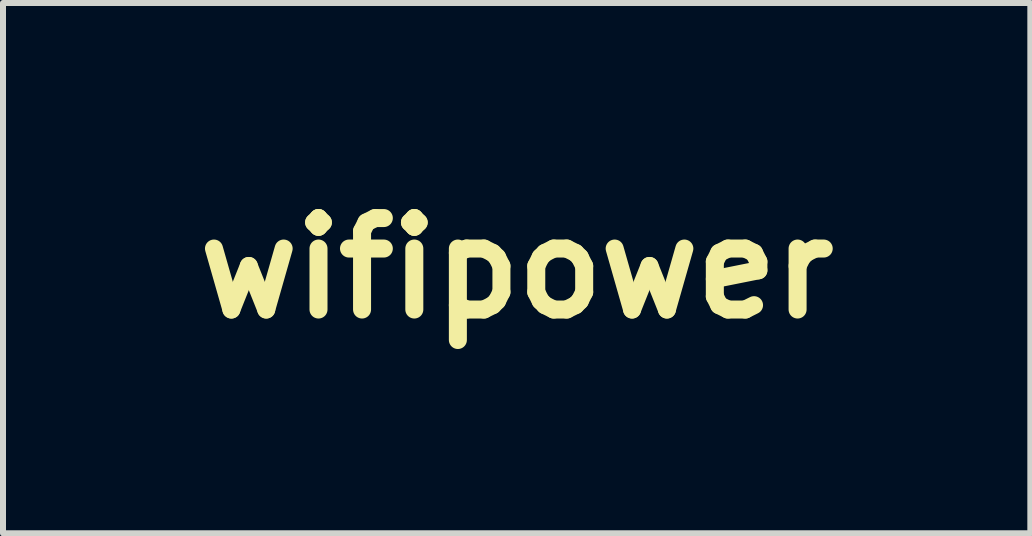
<source format=kicad_pcb>
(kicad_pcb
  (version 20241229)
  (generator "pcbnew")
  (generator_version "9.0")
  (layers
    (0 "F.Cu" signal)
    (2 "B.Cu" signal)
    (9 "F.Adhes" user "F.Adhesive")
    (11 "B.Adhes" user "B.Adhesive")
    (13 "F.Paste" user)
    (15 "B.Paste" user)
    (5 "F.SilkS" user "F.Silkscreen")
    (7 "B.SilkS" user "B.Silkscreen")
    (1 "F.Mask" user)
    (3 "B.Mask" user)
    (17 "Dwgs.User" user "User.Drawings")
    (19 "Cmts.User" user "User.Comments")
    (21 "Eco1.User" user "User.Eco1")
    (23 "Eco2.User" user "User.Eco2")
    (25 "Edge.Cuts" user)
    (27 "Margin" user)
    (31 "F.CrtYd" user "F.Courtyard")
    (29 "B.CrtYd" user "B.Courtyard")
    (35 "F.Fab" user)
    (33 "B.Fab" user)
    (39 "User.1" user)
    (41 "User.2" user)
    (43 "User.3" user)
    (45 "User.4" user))
  (footprint "wifipower"
    (layer "F.Cu")
    (at 5.559 1.418)
    (property "Reference" "wifipower" (at 0 0 0) (layer "F.SilkS") (effects (font (size 1.524 1.524) (thickness 0.3))))
    (attr through_hole)
    (fp_poly (pts (xy 1.736 -1.027) (xy 1.735 -1.019) (xy 1.734 -1.007) (xy 1.733 -0.996) (xy 1.731 -0.985) (xy 1.73 -0.97) (xy 1.728 -0.954) (xy 1.726 -0.937) (xy 1.726 -0.937) (xy 1.724 -0.919) (xy 1.721 -0.898) (xy 1.718 -0.879) (xy 1.716 -0.865) (xy 1.712 -0.839) (xy 1.708 -0.817) (xy 1.705 -0.799) (xy 1.703 -0.784) (xy 1.701 -0.771) (xy 1.698 -0.76) (xy 1.696 -0.748) (xy 1.694 -0.736) (xy 1.691 -0.723) (xy 1.688 -0.708) (xy 1.687 -0.703) (xy 1.673 -0.644) (xy 1.659 -0.587) (xy 1.645 -0.531) (xy 1.629 -0.476) (xy 1.611 -0.42) (xy 1.591 -0.361) (xy 1.569 -0.299) (xy 1.556 -0.262) (xy 1.541 -0.225) (xy 1.525 -0.184) (xy 1.506 -0.141) (xy 1.486 -0.097) (xy 1.465 -0.053) (xy 1.444 -0.008) (xy 1.422 0.035) (xy 1.401 0.076) (xy 1.38 0.114) (xy 1.36 0.149) (xy 1.341 0.179) (xy 1.34 0.181) (xy 1.331 0.195) (xy 1.321 0.211) (xy 1.313 0.225) (xy 1.311 0.228) (xy 1.3 0.247) (xy 1.285 0.27) (xy 1.268 0.297) (xy 1.248 0.325) (xy 1.227 0.355) (xy 1.205 0.386) (xy 1.182 0.417) (xy 1.16 0.447) (xy 1.137 0.477) (xy 1.116 0.504) (xy 1.103 0.52) (xy 1.084 0.543) (xy 1.062 0.568) (xy 1.039 0.595) (xy 1.015 0.622) (xy 0.992 0.648) (xy 0.969 0.672) (xy 0.949 0.694) (xy 0.939 0.704) (xy 0.927 0.716) (xy 0.919 0.726) (xy 0.915 0.733) (xy 0.914 0.735) (xy 0.916 0.74) (xy 0.922 0.747) (xy 0.931 0.758) (xy 0.939 0.766) (xy 0.951 0.779) (xy 0.964 0.795) (xy 0.977 0.809) (xy 0.984 0.818) (xy 0.995 0.831) (xy 1.008 0.846) (xy 1.021 0.86) (xy 1.027 0.867) (xy 1.039 0.88) (xy 1.052 0.895) (xy 1.064 0.909) (xy 1.069 0.914) (xy 1.088 0.937) (xy 1.108 0.96) (xy 1.129 0.985) (xy 1.153 1.013) (xy 1.177 1.04) (xy 1.191 1.057) (xy 1.207 1.075) (xy 1.222 1.092) (xy 1.237 1.109) (xy 1.248 1.122) (xy 1.249 1.123) (xy 1.26 1.135) (xy 1.27 1.145) (xy 1.278 1.153) (xy 1.283 1.157) (xy 1.284 1.157) (xy 1.288 1.156) (xy 1.293 1.153) (xy 1.301 1.147) (xy 1.311 1.139) (xy 1.324 1.128) (xy 1.341 1.114) (xy 1.361 1.096) (xy 1.367 1.09) (xy 1.391 1.068) (xy 1.417 1.043) (xy 1.444 1.017) (xy 1.471 0.99) (xy 1.498 0.963) (xy 1.524 0.935) (xy 1.549 0.909) (xy 1.572 0.884) (xy 1.591 0.862) (xy 1.608 0.843) (xy 1.61 0.84) (xy 1.622 0.826) (xy 1.635 0.81) (xy 1.648 0.794) (xy 1.655 0.785) (xy 1.665 0.774) (xy 1.673 0.764) (xy 1.68 0.756) (xy 1.684 0.751) (xy 1.69 0.743) (xy 1.698 0.732) (xy 1.709 0.717) (xy 1.721 0.7) (xy 1.734 0.682) (xy 1.747 0.664) (xy 1.76 0.646) (xy 1.771 0.63) (xy 1.781 0.616) (xy 1.789 0.605) (xy 1.791 0.601) (xy 1.81 0.573) (xy 1.827 0.547) (xy 1.842 0.524) (xy 1.854 0.505) (xy 1.864 0.49) (xy 1.87 0.479) (xy 1.871 0.478) (xy 1.876 0.469) (xy 1.883 0.457) (xy 1.891 0.443) (xy 1.9 0.427) (xy 1.907 0.416) (xy 1.919 0.394) (xy 1.93 0.376) (xy 1.939 0.359) (xy 1.948 0.342) (xy 1.958 0.323) (xy 1.969 0.302) (xy 1.982 0.277) (xy 1.993 0.255) (xy 2.003 0.236) (xy 2.011 0.221) (xy 2.016 0.209) (xy 2.02 0.201) (xy 2.021 0.198) (xy 2.022 0.194) (xy 2.025 0.187) (xy 2.029 0.177) (xy 2.033 0.169) (xy 2.044 0.146) (xy 2.052 0.128) (xy 2.058 0.115) (xy 2.063 0.105) (xy 2.065 0.099) (xy 2.066 0.097) (xy 2.066 0.097) (xy 2.067 0.093) (xy 2.07 0.087) (xy 2.071 0.083) (xy 2.079 0.065) (xy 2.088 0.044) (xy 2.097 0.02) (xy 2.102 0.007) (xy 2.107 -0.006) (xy 2.111 -0.016) (xy 2.112 -0.018) (xy 2.118 -0.035) (xy 2.124 -0.05) (xy 2.129 -0.065) (xy 2.135 -0.082) (xy 2.142 -0.102) (xy 2.149 -0.124) (xy 2.155 -0.14) (xy 2.16 -0.155) (xy 2.164 -0.168) (xy 2.166 -0.177) (xy 2.167 -0.181) (xy 2.167 -0.181) (xy 2.169 -0.186) (xy 2.171 -0.192) (xy 2.173 -0.195) (xy 2.174 -0.199) (xy 2.176 -0.204) (xy 2.179 -0.211) (xy 2.181 -0.221) (xy 2.185 -0.232) (xy 2.189 -0.247) (xy 2.194 -0.266) (xy 2.2 -0.288) (xy 2.208 -0.315) (xy 2.216 -0.347) (xy 2.219 -0.356) (xy 2.223 -0.373) (xy 2.228 -0.392) (xy 2.232 -0.409) (xy 2.235 -0.424) (xy 2.235 -0.425) (xy 2.237 -0.438) (xy 2.24 -0.448) (xy 2.241 -0.455) (xy 2.242 -0.457) (xy 2.243 -0.46) (xy 2.245 -0.469) (xy 2.248 -0.481) (xy 2.251 -0.495) (xy 2.254 -0.512) (xy 2.258 -0.53) (xy 2.261 -0.548) (xy 2.265 -0.565) (xy 2.268 -0.58) (xy 2.27 -0.593) (xy 2.271 -0.598) (xy 2.278 -0.647) (xy 2.285 -0.692) (xy 2.291 -0.733) (xy 2.296 -0.772) (xy 2.3 -0.81) (xy 2.304 -0.847) (xy 2.307 -0.885) (xy 2.31 -0.925) (xy 2.313 -0.967) (xy 2.315 -1.013) (xy 2.316 -1.023) (xy 2.317 -1.031) (xy 2.318 -1.035) (xy 2.318 -1.035) (xy 2.321 -1.035) (xy 2.33 -1.036) (xy 2.343 -1.036) (xy 2.361 -1.036) (xy 2.382 -1.036) (xy 2.406 -1.036) (xy 2.433 -1.035) (xy 2.463 -1.035) (xy 2.49 -1.034) (xy 2.563 -1.032) (xy 2.561 -0.988) (xy 2.56 -0.967) (xy 2.559 -0.943) (xy 2.558 -0.918) (xy 2.556 -0.893) (xy 2.554 -0.868) (xy 2.552 -0.844) (xy 2.55 -0.821) (xy 2.548 -0.802) (xy 2.546 -0.786) (xy 2.545 -0.774) (xy 2.544 -0.77) (xy 2.543 -0.765) (xy 2.542 -0.755) (xy 2.541 -0.743) (xy 2.539 -0.728) (xy 2.539 -0.723) (xy 2.536 -0.703) (xy 2.533 -0.679) (xy 2.529 -0.652) (xy 2.525 -0.623) (xy 2.52 -0.593) (xy 2.515 -0.563) (xy 2.51 -0.534) (xy 2.505 -0.508) (xy 2.501 -0.484) (xy 2.497 -0.464) (xy 2.495 -0.456) (xy 2.491 -0.441) (xy 2.488 -0.425) (xy 2.485 -0.412) (xy 2.484 -0.404) (xy 2.481 -0.393) (xy 2.478 -0.377) (xy 2.473 -0.358) (xy 2.468 -0.336) (xy 2.462 -0.312) (xy 2.455 -0.286) (xy 2.448 -0.26) (xy 2.442 -0.234) (xy 2.435 -0.21) (xy 2.429 -0.188) (xy 2.423 -0.168) (xy 2.422 -0.164) (xy 2.415 -0.143) (xy 2.408 -0.118) (xy 2.399 -0.092) (xy 2.39 -0.064) (xy 2.38 -0.037) (xy 2.371 -0.01) (xy 2.363 0.013) (xy 2.356 0.033) (xy 2.352 0.042) (xy 2.347 0.056) (xy 2.341 0.073) (xy 2.334 0.09) (xy 2.329 0.104) (xy 2.322 0.124) (xy 2.312 0.148) (xy 2.3 0.176) (xy 2.286 0.209) (xy 2.27 0.246) (xy 2.252 0.287) (xy 2.25 0.291) (xy 2.243 0.305) (xy 2.234 0.324) (xy 2.224 0.345) (xy 2.213 0.368) (xy 2.201 0.391) (xy 2.189 0.415) (xy 2.177 0.438) (xy 2.166 0.46) (xy 2.156 0.478) (xy 2.148 0.494) (xy 2.142 0.503) (xy 2.135 0.515) (xy 2.127 0.53) (xy 2.118 0.545) (xy 2.113 0.554) (xy 2.101 0.574) (xy 2.091 0.592) (xy 2.081 0.608) (xy 2.072 0.623) (xy 2.062 0.638) (xy 2.051 0.655) (xy 2.039 0.674) (xy 2.024 0.697) (xy 2.019 0.705) (xy 2.005 0.726) (xy 1.99 0.747) (xy 1.976 0.768) (xy 1.963 0.787) (xy 1.951 0.804) (xy 1.942 0.817) (xy 1.94 0.818) (xy 1.929 0.833) (xy 1.918 0.848) (xy 1.907 0.863) (xy 1.899 0.875) (xy 1.895 0.879) (xy 1.887 0.89) (xy 1.877 0.904) (xy 1.866 0.918) (xy 1.854 0.932) (xy 1.853 0.934) (xy 1.84 0.949) (xy 1.826 0.967) (xy 1.811 0.984) (xy 1.799 0.999) (xy 1.788 1.013) (xy 1.776 1.026) (xy 1.765 1.039) (xy 1.756 1.049) (xy 1.755 1.05) (xy 1.746 1.06) (xy 1.735 1.072) (xy 1.723 1.085) (xy 1.711 1.098) (xy 1.709 1.1) (xy 1.686 1.125) (xy 1.66 1.151) (xy 1.633 1.178) (xy 1.605 1.206) (xy 1.577 1.233) (xy 1.549 1.259) (xy 1.523 1.283) (xy 1.498 1.305) (xy 1.476 1.324) (xy 1.463 1.335) (xy 1.448 1.346) (xy 1.291 1.346) (xy 1.261 1.346) (xy 1.233 1.346) (xy 1.207 1.346) (xy 1.183 1.346) (xy 1.162 1.345) (xy 1.145 1.345) (xy 1.132 1.345) (xy 1.124 1.345) (xy 1.122 1.344) (xy 1.11 1.339) (xy 1.101 1.332) (xy 1.095 1.326) (xy 1.087 1.317) (xy 1.076 1.305) (xy 1.063 1.29) (xy 1.05 1.275) (xy 1.035 1.258) (xy 1.021 1.242) (xy 1.008 1.226) (xy 1.004 1.221) (xy 0.996 1.211) (xy 0.989 1.204) (xy 0.984 1.198) (xy 0.983 1.197) (xy 0.98 1.194) (xy 0.975 1.188) (xy 0.967 1.179) (xy 0.958 1.169) (xy 0.948 1.158) (xy 0.938 1.146) (xy 0.929 1.136) (xy 0.922 1.127) (xy 0.917 1.121) (xy 0.916 1.12) (xy 0.91 1.113) (xy 0.901 1.103) (xy 0.896 1.098) (xy 0.89 1.09) (xy 0.881 1.08) (xy 0.87 1.068) (xy 0.863 1.06) (xy 0.858 1.054) (xy 0.852 1.047) (xy 0.846 1.04) (xy 0.838 1.031) (xy 0.829 1.02) (xy 0.818 1.008) (xy 0.806 0.993) (xy 0.79 0.976) (xy 0.773 0.956) (xy 0.753 0.932) (xy 0.729 0.905) (xy 0.702 0.874) (xy 0.692 0.862) (xy 0.679 0.847) (xy 0.665 0.831) (xy 0.653 0.817) (xy 0.642 0.804) (xy 0.634 0.795) (xy 0.633 0.793) (xy 0.623 0.782) (xy 0.613 0.77) (xy 0.604 0.76) (xy 0.602 0.758) (xy 0.596 0.752) (xy 0.588 0.742) (xy 0.577 0.73) (xy 0.564 0.715) (xy 0.551 0.7) (xy 0.538 0.685) (xy 0.522 0.666) (xy 0.504 0.645) (xy 0.484 0.622) (xy 0.464 0.599) (xy 0.444 0.576) (xy 0.426 0.556) (xy 0.411 0.538) (xy 0.396 0.521) (xy 0.382 0.505) (xy 0.369 0.491) (xy 0.359 0.479) (xy 0.352 0.471) (xy 0.35 0.468) (xy 0.342 0.459) (xy 0.331 0.447) (xy 0.32 0.434) (xy 0.309 0.422) (xy 0.298 0.41) (xy 0.287 0.397) (xy 0.277 0.385) (xy 0.27 0.377) (xy 0.26 0.366) (xy 0.254 0.358) (xy 0.249 0.354) (xy 0.245 0.353) (xy 0.244 0.353) (xy 0.241 0.355) (xy 0.235 0.361) (xy 0.227 0.369) (xy 0.217 0.38) (xy 0.21 0.389) (xy 0.198 0.403) (xy 0.186 0.416) (xy 0.175 0.429) (xy 0.166 0.44) (xy 0.162 0.443) (xy 0.155 0.451) (xy 0.145 0.462) (xy 0.134 0.475) (xy 0.12 0.49) (xy 0.107 0.505) (xy 0.102 0.511) (xy 0.011 0.611) (xy -0.078 0.708) (xy -0.167 0.802) (xy -0.258 0.895) (xy -0.308 0.946) (xy -0.333 0.971) (xy -0.356 0.994) (xy -0.375 1.013) (xy -0.392 1.029) (xy -0.407 1.043) (xy -0.421 1.056) (xy -0.434 1.067) (xy -0.446 1.078) (xy -0.459 1.088) (xy -0.472 1.098) (xy -0.487 1.109) (xy -0.487 1.109) (xy -0.517 1.131) (xy -0.545 1.151) (xy -0.574 1.169) (xy -0.603 1.187) (xy -0.635 1.204) (xy -0.671 1.222) (xy -0.676 1.225) (xy -0.741 1.254) (xy -0.806 1.279) (xy -0.87 1.3) (xy -0.903 1.308) (xy -0.918 1.312) (xy -0.932 1.315) (xy -0.943 1.318) (xy -0.95 1.32) (xy -0.962 1.322) (xy -0.978 1.325) (xy -0.999 1.329) (xy -1.021 1.332) (xy -1.045 1.335) (xy -1.069 1.338) (xy -1.081 1.339) (xy -1.098 1.341) (xy -1.118 1.342) (xy -1.141 1.343) (xy -1.164 1.344) (xy -1.188 1.345) (xy -1.21 1.345) (xy -1.23 1.345) (xy -1.246 1.345) (xy -1.256 1.344) (xy -1.264 1.344) (xy -1.277 1.342) (xy -1.293 1.341) (xy -1.311 1.339) (xy -1.331 1.336) (xy -1.351 1.334) (xy -1.369 1.332) (xy -1.386 1.33) (xy -1.388 1.329) (xy -1.405 1.326) (xy -1.426 1.322) (xy -1.449 1.317) (xy -1.472 1.311) (xy -1.493 1.305) (xy -1.511 1.3) (xy -1.518 1.297) (xy -1.527 1.294) (xy -1.538 1.29) (xy -1.542 1.289) (xy -1.551 1.286) (xy -1.563 1.282) (xy -1.577 1.277) (xy -1.585 1.274) (xy -1.597 1.27) (xy -1.608 1.266) (xy -1.617 1.263) (xy -1.62 1.262) (xy -1.625 1.26) (xy -1.634 1.256) (xy -1.646 1.251) (xy -1.659 1.245) (xy -1.66 1.245) (xy -1.673 1.239) (xy -1.684 1.235) (xy -1.693 1.232) (xy -1.697 1.231) (xy -1.697 1.23) (xy -1.702 1.229) (xy -1.708 1.225) (xy -1.715 1.221) (xy -1.722 1.218) (xy -1.729 1.215) (xy -1.733 1.212) (xy -1.739 1.209) (xy -1.744 1.206) (xy -1.751 1.204) (xy -1.755 1.202) (xy -1.758 1.199) (xy -1.766 1.195) (xy -1.777 1.189) (xy -1.789 1.183) (xy -1.791 1.182) (xy -1.805 1.175) (xy -1.818 1.167) (xy -1.833 1.159) (xy -1.848 1.149) (xy -1.867 1.137) (xy -1.888 1.122) (xy -1.895 1.118) (xy -1.924 1.097) (xy -1.955 1.071) (xy -1.989 1.042) (xy -2.024 1.008) (xy -2.059 0.974) (xy -2.078 0.954) (xy -2.098 0.93) (xy -2.119 0.905) (xy -2.14 0.879) (xy -2.158 0.854) (xy -2.159 0.854) (xy -2.182 0.82) (xy -2.205 0.783) (xy -2.228 0.746) (xy -2.248 0.709) (xy -2.267 0.673) (xy -2.282 0.639) (xy -2.284 0.634) (xy -2.289 0.624) (xy -2.292 0.616) (xy -2.294 0.611) (xy -2.295 0.611) (xy -2.297 0.607) (xy -2.3 0.598) (xy -2.305 0.586) (xy -2.31 0.571) (xy -2.316 0.555) (xy -2.322 0.538) (xy -2.327 0.522) (xy -2.332 0.506) (xy -2.334 0.5) (xy -2.34 0.48) (xy -2.346 0.458) (xy -2.352 0.435) (xy -2.357 0.412) (xy -2.362 0.391) (xy -2.366 0.373) (xy -2.368 0.364) (xy -2.372 0.34) (xy -2.375 0.319) (xy -2.377 0.302) (xy -2.379 0.287) (xy -2.381 0.272) (xy -2.382 0.256) (xy -2.383 0.238) (xy -2.384 0.217) (xy -2.385 0.2) (xy -2.385 0.18) (xy -2.138 0.18) (xy -2.134 0.25) (xy -2.125 0.319) (xy -2.11 0.386) (xy -2.099 0.425) (xy -2.094 0.443) (xy -2.089 0.458) (xy -2.085 0.47) (xy -2.081 0.481) (xy -2.077 0.493) (xy -2.071 0.506) (xy -2.064 0.523) (xy -2.061 0.532) (xy -2.054 0.547) (xy -2.044 0.566) (xy -2.034 0.587) (xy -2.022 0.608) (xy -2.011 0.629) (xy -2 0.647) (xy -1.993 0.658) (xy -1.984 0.672) (xy -1.977 0.683) (xy -1.969 0.694) (xy -1.962 0.704) (xy -1.954 0.715) (xy -1.944 0.727) (xy -1.933 0.741) (xy -1.919 0.758) (xy -1.904 0.776) (xy -1.891 0.79) (xy -1.875 0.807) (xy -1.856 0.825) (xy -1.836 0.844) (xy -1.816 0.862) (xy -1.796 0.879) (xy -1.778 0.893) (xy -1.777 0.894) (xy -1.764 0.904) (xy -1.751 0.913) (xy -1.741 0.921) (xy -1.734 0.926) (xy -1.731 0.928) (xy -1.724 0.933) (xy -1.714 0.938) (xy -1.707 0.942) (xy -1.698 0.947) (xy -1.691 0.952) (xy -1.688 0.955) (xy -1.684 0.959) (xy -1.681 0.96) (xy -1.677 0.961) (xy -1.674 0.963) (xy -1.669 0.967) (xy -1.661 0.972) (xy -1.649 0.978) (xy -1.636 0.986) (xy -1.621 0.994) (xy -1.606 1.001) (xy -1.593 1.009) (xy -1.581 1.014) (xy -1.572 1.019) (xy -1.568 1.02) (xy -1.561 1.023) (xy -1.554 1.026) (xy -1.532 1.035) (xy -1.507 1.045) (xy -1.482 1.054) (xy -1.457 1.062) (xy -1.435 1.068) (xy -1.434 1.068) (xy -1.409 1.074) (xy -1.382 1.08) (xy -1.352 1.085) (xy -1.323 1.09) (xy -1.297 1.093) (xy -1.28 1.095) (xy -1.265 1.096) (xy -1.246 1.097) (xy -1.223 1.097) (xy -1.199 1.097) (xy -1.173 1.096) (xy -1.149 1.095) (xy -1.125 1.094) (xy -1.105 1.093) (xy -1.088 1.092) (xy -1.081 1.091) (xy -1.044 1.085) (xy -1.011 1.079) (xy -0.982 1.073) (xy -0.958 1.067) (xy -0.944 1.063) (xy -0.93 1.059) (xy -0.919 1.056) (xy -0.913 1.054) (xy -0.887 1.046) (xy -0.857 1.034) (xy -0.823 1.02) (xy -0.808 1.013) (xy -0.796 1.007) (xy -0.786 1.003) (xy -0.78 1) (xy -0.777 0.999) (xy -0.774 0.998) (xy -0.766 0.994) (xy -0.756 0.988) (xy -0.743 0.98) (xy -0.729 0.972) (xy -0.715 0.963) (xy -0.7 0.955) (xy -0.687 0.946) (xy -0.676 0.939) (xy -0.676 0.939) (xy -0.654 0.924) (xy -0.634 0.909) (xy -0.614 0.895) (xy -0.595 0.879) (xy -0.576 0.862) (xy -0.556 0.843) (xy -0.533 0.822) (xy -0.509 0.798) (xy -0.485 0.774) (xy -0.464 0.752) (xy -0.441 0.729) (xy -0.417 0.704) (xy -0.393 0.679) (xy -0.37 0.654) (xy -0.346 0.63) (xy -0.324 0.607) (xy -0.304 0.585) (xy -0.286 0.565) (xy -0.27 0.548) (xy -0.257 0.535) (xy -0.251 0.528) (xy -0.239 0.515) (xy -0.225 0.499) (xy -0.211 0.484) (xy -0.201 0.473) (xy -0.188 0.459) (xy -0.173 0.443) (xy -0.159 0.426) (xy -0.149 0.415) (xy -0.137 0.401) (xy -0.124 0.386) (xy -0.111 0.372) (xy -0.101 0.361) (xy -0.09 0.348) (xy -0.076 0.333) (xy -0.064 0.319) (xy -0.059 0.313) (xy -0.051 0.303) (xy -0.04 0.29) (xy -0.027 0.275) (xy -0.013 0.259) (xy 0.000287 0.242) (xy 0.004 0.238) (xy 0.017 0.223) (xy 0.029 0.208) (xy 0.04 0.196) (xy 0.049 0.185) (xy 0.055 0.178) (xy 0.057 0.176) (xy 0.065 0.165) (xy 0.068 0.155) (xy 0.065 0.146) (xy 0.06 0.139) (xy 0.054 0.132) (xy 0.045 0.123) (xy 0.035 0.11) (xy 0.022 0.094) (xy 0.012 0.083) (xy -0.000276 0.068) (xy -0.014 0.051) (xy -0.029 0.033) (xy -0.044 0.016) (xy -0.058 -0.001) (xy -0.071 -0.016) (xy -0.082 -0.028) (xy -0.089 -0.037) (xy -0.09 -0.038) (xy -0.1 -0.048) (xy -0.111 -0.061) (xy -0.121 -0.073) (xy -0.124 -0.076) (xy -0.134 -0.087) (xy -0.145 -0.101) (xy -0.158 -0.114) (xy -0.166 -0.124) (xy -0.176 -0.134) (xy -0.185 -0.144) (xy -0.192 -0.152) (xy -0.196 -0.156) (xy -0.196 -0.156) (xy -0.225 -0.188) (xy -0.25 -0.215) (xy -0.273 -0.24) (xy -0.294 -0.263) (xy -0.314 -0.285) (xy -0.334 -0.306) (xy -0.354 -0.327) (xy -0.375 -0.349) (xy -0.398 -0.372) (xy -0.423 -0.398) (xy -0.451 -0.426) (xy -0.464 -0.44) (xy -0.491 -0.467) (xy -0.513 -0.49) (xy -0.533 -0.51) (xy -0.551 -0.527) (xy -0.566 -0.542) (xy -0.58 -0.554) (xy -0.593 -0.566) (xy -0.604 -0.576) (xy -0.616 -0.585) (xy -0.616 -0.585) (xy -0.63 -0.596) (xy -0.645 -0.607) (xy -0.659 -0.618) (xy -0.673 -0.627) (xy -0.684 -0.635) (xy -0.691 -0.639) (xy -0.696 -0.642) (xy -0.704 -0.647) (xy -0.711 -0.652) (xy -0.755 -0.678) (xy -0.803 -0.702) (xy -0.854 -0.723) (xy -0.909 -0.742) (xy -0.966 -0.757) (xy -1.025 -0.769) (xy -1.049 -0.773) (xy -1.119 -0.781) (xy -1.188 -0.784) (xy -1.257 -0.782) (xy -1.325 -0.775) (xy -1.394 -0.763) (xy -1.464 -0.745) (xy -1.506 -0.732) (xy -1.545 -0.718) (xy -1.587 -0.699) (xy -1.63 -0.678) (xy -1.672 -0.655) (xy -1.713 -0.631) (xy -1.748 -0.606) (xy -1.807 -0.56) (xy -1.862 -0.51) (xy -1.911 -0.457) (xy -1.956 -0.402) (xy -1.997 -0.343) (xy -2.032 -0.281) (xy -2.063 -0.217) (xy -2.088 -0.149) (xy -2.109 -0.079) (xy -2.121 -0.028) (xy -2.132 0.04) (xy -2.138 0.11) (xy -2.138 0.18) (xy -2.385 0.18) (xy -2.386 0.146) (xy -2.384 0.089) (xy -2.38 0.032) (xy -2.373 -0.024) (xy -2.364 -0.079) (xy -2.352 -0.131) (xy -2.341 -0.172) (xy -2.338 -0.181) (xy -2.335 -0.193) (xy -2.331 -0.206) (xy -2.331 -0.206) (xy -2.327 -0.218) (xy -2.322 -0.232) (xy -2.316 -0.249) (xy -2.31 -0.266) (xy -2.304 -0.282) (xy -2.299 -0.294) (xy -2.296 -0.301) (xy -2.293 -0.308) (xy -2.292 -0.312) (xy -2.292 -0.312) (xy -2.29 -0.315) (xy -2.287 -0.322) (xy -2.282 -0.333) (xy -2.275 -0.347) (xy -2.267 -0.362) (xy -2.262 -0.372) (xy -2.225 -0.441) (xy -2.185 -0.506) (xy -2.141 -0.568) (xy -2.093 -0.626) (xy -2.04 -0.682) (xy -1.983 -0.736) (xy -1.953 -0.762) (xy -1.927 -0.783) (xy -1.896 -0.806) (xy -1.862 -0.83) (xy -1.854 -0.835) (xy -1.835 -0.847) (xy -1.813 -0.86) (xy -1.789 -0.874) (xy -1.763 -0.888) (xy -1.738 -0.902) (xy -1.714 -0.914) (xy -1.692 -0.925) (xy -1.674 -0.933) (xy -1.672 -0.934) (xy -1.625 -0.952) (xy -1.582 -0.968) (xy -1.542 -0.981) (xy -1.54 -0.982) (xy -1.528 -0.985) (xy -1.514 -0.989) (xy -1.498 -0.993) (xy -1.481 -0.997) (xy -1.464 -1.001) (xy -1.449 -1.005) (xy -1.437 -1.008) (xy -1.427 -1.01) (xy -1.422 -1.01) (xy -1.422 -1.01) (xy -1.417 -1.011) (xy -1.408 -1.012) (xy -1.396 -1.014) (xy -1.389 -1.016) (xy -1.364 -1.02) (xy -1.335 -1.024) (xy -1.302 -1.027) (xy -1.267 -1.029) (xy -1.232 -1.03) (xy -1.196 -1.031) (xy -1.163 -1.031) (xy -1.132 -1.03) (xy -1.105 -1.028) (xy -1.101 -1.028) (xy -1.084 -1.026) (xy -1.066 -1.024) (xy -1.049 -1.022) (xy -1.047 -1.022) (xy -1.027 -1.019) (xy -1.005 -1.016) (xy -0.981 -1.012) (xy -0.954 -1.006) (xy -0.931 -1.001) (xy -0.91 -0.997) (xy -0.893 -0.993) (xy -0.88 -0.99) (xy -0.87 -0.988) (xy -0.863 -0.986) (xy -0.857 -0.984) (xy -0.853 -0.983) (xy -0.852 -0.983) (xy -0.832 -0.976) (xy -0.816 -0.972) (xy -0.802 -0.969) (xy -0.799 -0.968) (xy -0.786 -0.965) (xy -0.769 -0.959) (xy -0.749 -0.952) (xy -0.728 -0.943) (xy -0.705 -0.933) (xy -0.683 -0.923) (xy -0.662 -0.913) (xy -0.643 -0.903) (xy -0.627 -0.895) (xy -0.616 -0.887) (xy -0.61 -0.883) (xy -0.605 -0.881) (xy -0.605 -0.881) (xy -0.601 -0.879) (xy -0.597 -0.875) (xy -0.592 -0.871) (xy -0.584 -0.866) (xy -0.578 -0.862) (xy -0.568 -0.857) (xy -0.556 -0.849) (xy -0.546 -0.842) (xy -0.535 -0.834) (xy -0.522 -0.825) (xy -0.511 -0.817) (xy -0.5 -0.809) (xy -0.487 -0.8) (xy -0.474 -0.79) (xy -0.47 -0.787) (xy -0.457 -0.777) (xy -0.442 -0.765) (xy -0.427 -0.754) (xy -0.423 -0.751) (xy -0.416 -0.745) (xy -0.405 -0.736) (xy -0.392 -0.723) (xy -0.376 -0.708) (xy -0.358 -0.691) (xy -0.339 -0.672) (xy -0.319 -0.652) (xy -0.299 -0.632) (xy -0.279 -0.611) (xy -0.259 -0.592) (xy -0.241 -0.573) (xy -0.224 -0.555) (xy -0.21 -0.54) (xy -0.198 -0.527) (xy -0.194 -0.522) (xy -0.18 -0.506) (xy -0.167 -0.492) (xy -0.154 -0.478) (xy -0.141 -0.464) (xy -0.127 -0.449) (xy -0.111 -0.432) (xy -0.093 -0.413) (xy -0.072 -0.39) (xy -0.069 -0.388) (xy -0.053 -0.371) (xy -0.037 -0.354) (xy -0.023 -0.338) (xy -0.01 -0.324) (xy 0.001 -0.313) (xy 0.009 -0.304) (xy 0.01 -0.303) (xy 0.018 -0.294) (xy 0.029 -0.281) (xy 0.042 -0.267) (xy 0.056 -0.253) (xy 0.068 -0.24) (xy 0.081 -0.226) (xy 0.093 -0.213) (xy 0.104 -0.201) (xy 0.113 -0.191) (xy 0.118 -0.184) (xy 0.118 -0.184) (xy 0.124 -0.176) (xy 0.133 -0.165) (xy 0.144 -0.153) (xy 0.155 -0.141) (xy 0.156 -0.14) (xy 0.167 -0.128) (xy 0.177 -0.117) (xy 0.185 -0.107) (xy 0.191 -0.099) (xy 0.192 -0.099) (xy 0.206 -0.08) (xy 0.218 -0.067) (xy 0.227 -0.058) (xy 0.234 -0.054) (xy 0.236 -0.054) (xy 0.24 -0.055) (xy 0.245 -0.059) (xy 0.252 -0.068) (xy 0.262 -0.08) (xy 0.304 -0.138) (xy 0.343 -0.195) (xy 0.38 -0.253) (xy 0.415 -0.313) (xy 0.416 -0.315) (xy 0.425 -0.329) (xy 0.433 -0.344) (xy 0.441 -0.357) (xy 0.446 -0.366) (xy 0.45 -0.374) (xy 0.457 -0.387) (xy 0.465 -0.402) (xy 0.474 -0.419) (xy 0.483 -0.438) (xy 0.486 -0.445) (xy 0.498 -0.468) (xy 0.508 -0.49) (xy 0.518 -0.51) (xy 0.527 -0.53) (xy 0.537 -0.552) (xy 0.547 -0.578) (xy 0.554 -0.593) (xy 0.559 -0.605) (xy 0.564 -0.616) (xy 0.568 -0.625) (xy 0.569 -0.628) (xy 0.572 -0.634) (xy 0.576 -0.644) (xy 0.58 -0.656) (xy 0.583 -0.664) (xy 0.588 -0.68) (xy 0.594 -0.698) (xy 0.601 -0.715) (xy 0.604 -0.724) (xy 0.609 -0.737) (xy 0.615 -0.754) (xy 0.621 -0.773) (xy 0.627 -0.794) (xy 0.634 -0.816) (xy 0.64 -0.837) (xy 0.646 -0.857) (xy 0.651 -0.874) (xy 0.654 -0.887) (xy 0.655 -0.89) (xy 0.656 -0.898) (xy 0.659 -0.909) (xy 0.662 -0.922) (xy 0.666 -0.936) (xy 0.67 -0.953) (xy 0.675 -0.972) (xy 0.678 -0.99) (xy 0.68 -1) (xy 0.683 -1.013) (xy 0.686 -1.024) (xy 0.688 -1.032) (xy 0.689 -1.035) (xy 0.691 -1.036) (xy 0.695 -1.037) (xy 0.702 -1.037) (xy 0.713 -1.038) (xy 0.726 -1.038) (xy 0.744 -1.038) (xy 0.767 -1.038) (xy 0.795 -1.039) (xy 0.813 -1.039) (xy 0.843 -1.039) (xy 0.869 -1.038) (xy 0.891 -1.038) (xy 0.91 -1.038) (xy 0.923 -1.037) (xy 0.932 -1.037) (xy 0.935 -1.036) (xy 0.935 -1.036) (xy 0.936 -1.031) (xy 0.935 -1.022) (xy 0.933 -1.009) (xy 0.93 -0.992) (xy 0.927 -0.972) (xy 0.922 -0.95) (xy 0.917 -0.926) (xy 0.912 -0.902) (xy 0.906 -0.877) (xy 0.9 -0.852) (xy 0.894 -0.829) (xy 0.888 -0.807) (xy 0.883 -0.787) (xy 0.88 -0.779) (xy 0.87 -0.746) (xy 0.862 -0.719) (xy 0.855 -0.696) (xy 0.848 -0.676) (xy 0.843 -0.66) (xy 0.839 -0.647) (xy 0.835 -0.636) (xy 0.834 -0.635) (xy 0.829 -0.62) (xy 0.823 -0.603) (xy 0.817 -0.586) (xy 0.814 -0.579) (xy 0.809 -0.564) (xy 0.802 -0.547) (xy 0.795 -0.529) (xy 0.788 -0.512) (xy 0.787 -0.511) (xy 0.78 -0.494) (xy 0.772 -0.476) (xy 0.765 -0.458) (xy 0.758 -0.444) (xy 0.758 -0.443) (xy 0.752 -0.429) (xy 0.744 -0.411) (xy 0.734 -0.391) (xy 0.724 -0.369) (xy 0.713 -0.347) (xy 0.702 -0.325) (xy 0.692 -0.304) (xy 0.683 -0.285) (xy 0.675 -0.27) (xy 0.669 -0.26) (xy 0.662 -0.247) (xy 0.653 -0.231) (xy 0.644 -0.215) (xy 0.639 -0.206) (xy 0.608 -0.153) (xy 0.574 -0.097) (xy 0.538 -0.042) (xy 0.5 0.013) (xy 0.462 0.064) (xy 0.431 0.105) (xy 0.419 0.119) (xy 0.412 0.13) (xy 0.408 0.139) (xy 0.407 0.147) (xy 0.41 0.154) (xy 0.416 0.163) (xy 0.426 0.175) (xy 0.431 0.18) (xy 0.442 0.192) (xy 0.452 0.203) (xy 0.461 0.214) (xy 0.467 0.221) (xy 0.473 0.229) (xy 0.482 0.239) (xy 0.493 0.251) (xy 0.504 0.263) (xy 0.505 0.264) (xy 0.516 0.277) (xy 0.529 0.29) (xy 0.54 0.303) (xy 0.548 0.313) (xy 0.558 0.325) (xy 0.57 0.338) (xy 0.581 0.352) (xy 0.587 0.358) (xy 0.597 0.37) (xy 0.606 0.381) (xy 0.614 0.39) (xy 0.618 0.395) (xy 0.624 0.402) (xy 0.632 0.412) (xy 0.642 0.424) (xy 0.653 0.435) (xy 0.653 0.436) (xy 0.666 0.45) (xy 0.679 0.466) (xy 0.693 0.482) (xy 0.702 0.492) (xy 0.712 0.504) (xy 0.721 0.516) (xy 0.73 0.525) (xy 0.736 0.531) (xy 0.744 0.538) (xy 0.75 0.54) (xy 0.756 0.538) (xy 0.763 0.531) (xy 0.766 0.527) (xy 0.77 0.522) (xy 0.778 0.514) (xy 0.788 0.504) (xy 0.799 0.491) (xy 0.812 0.477) (xy 0.82 0.468) (xy 0.834 0.454) (xy 0.847 0.439) (xy 0.859 0.426) (xy 0.869 0.414) (xy 0.876 0.406) (xy 0.878 0.403) (xy 0.885 0.395) (xy 0.894 0.384) (xy 0.904 0.371) (xy 0.915 0.358) (xy 0.915 0.358) (xy 0.926 0.345) (xy 0.936 0.333) (xy 0.945 0.322) (xy 0.951 0.313) (xy 0.952 0.313) (xy 0.959 0.303) (xy 0.968 0.291) (xy 0.976 0.279) (xy 0.976 0.279) (xy 0.986 0.267) (xy 0.996 0.254) (xy 1.004 0.243) (xy 1.014 0.23) (xy 1.025 0.213) (xy 1.039 0.193) (xy 1.053 0.171) (xy 1.068 0.149) (xy 1.083 0.126) (xy 1.097 0.104) (xy 1.11 0.084) (xy 1.12 0.067) (xy 1.121 0.066) (xy 1.132 0.047) (xy 1.144 0.027) (xy 1.155 0.008) (xy 1.165 -0.009) (xy 1.173 -0.024) (xy 1.18 -0.037) (xy 1.185 -0.046) (xy 1.188 -0.051) (xy 1.188 -0.052) (xy 1.19 -0.055) (xy 1.193 -0.061) (xy 1.195 -0.064) (xy 1.199 -0.072) (xy 1.206 -0.084) (xy 1.214 -0.1) (xy 1.223 -0.118) (xy 1.232 -0.137) (xy 1.242 -0.157) (xy 1.251 -0.177) (xy 1.26 -0.195) (xy 1.267 -0.211) (xy 1.273 -0.224) (xy 1.277 -0.233) (xy 1.277 -0.234) (xy 1.28 -0.242) (xy 1.285 -0.253) (xy 1.288 -0.26) (xy 1.302 -0.291) (xy 1.316 -0.327) (xy 1.332 -0.367) (xy 1.347 -0.41) (xy 1.362 -0.455) (xy 1.378 -0.501) (xy 1.392 -0.548) (xy 1.406 -0.594) (xy 1.418 -0.639) (xy 1.427 -0.672) (xy 1.431 -0.689) (xy 1.436 -0.711) (xy 1.441 -0.735) (xy 1.446 -0.762) (xy 1.452 -0.788) (xy 1.457 -0.815) (xy 1.461 -0.839) (xy 1.465 -0.86) (xy 1.467 -0.878) (xy 1.468 -0.879) (xy 1.469 -0.892) (xy 1.472 -0.907) (xy 1.474 -0.922) (xy 1.474 -0.923) (xy 1.476 -0.935) (xy 1.479 -0.951) (xy 1.481 -0.968) (xy 1.483 -0.985) (xy 1.483 -0.986) (xy 1.485 -1.001) (xy 1.486 -1.014) (xy 1.488 -1.025) (xy 1.489 -1.031) (xy 1.489 -1.032) (xy 1.491 -1.039) (xy 1.736 -1.039) (xy 1.736 -1.027)) (stroke (width 0.01) (type solid)) (fill no) (layer "Eco2.User")))
  (gr_rect
    (start -3 -3)
    (end 14.118 5.836)
    (stroke (width 0.1) (type default))
    (fill no)
    (layer "Edge.Cuts")))
</source>
